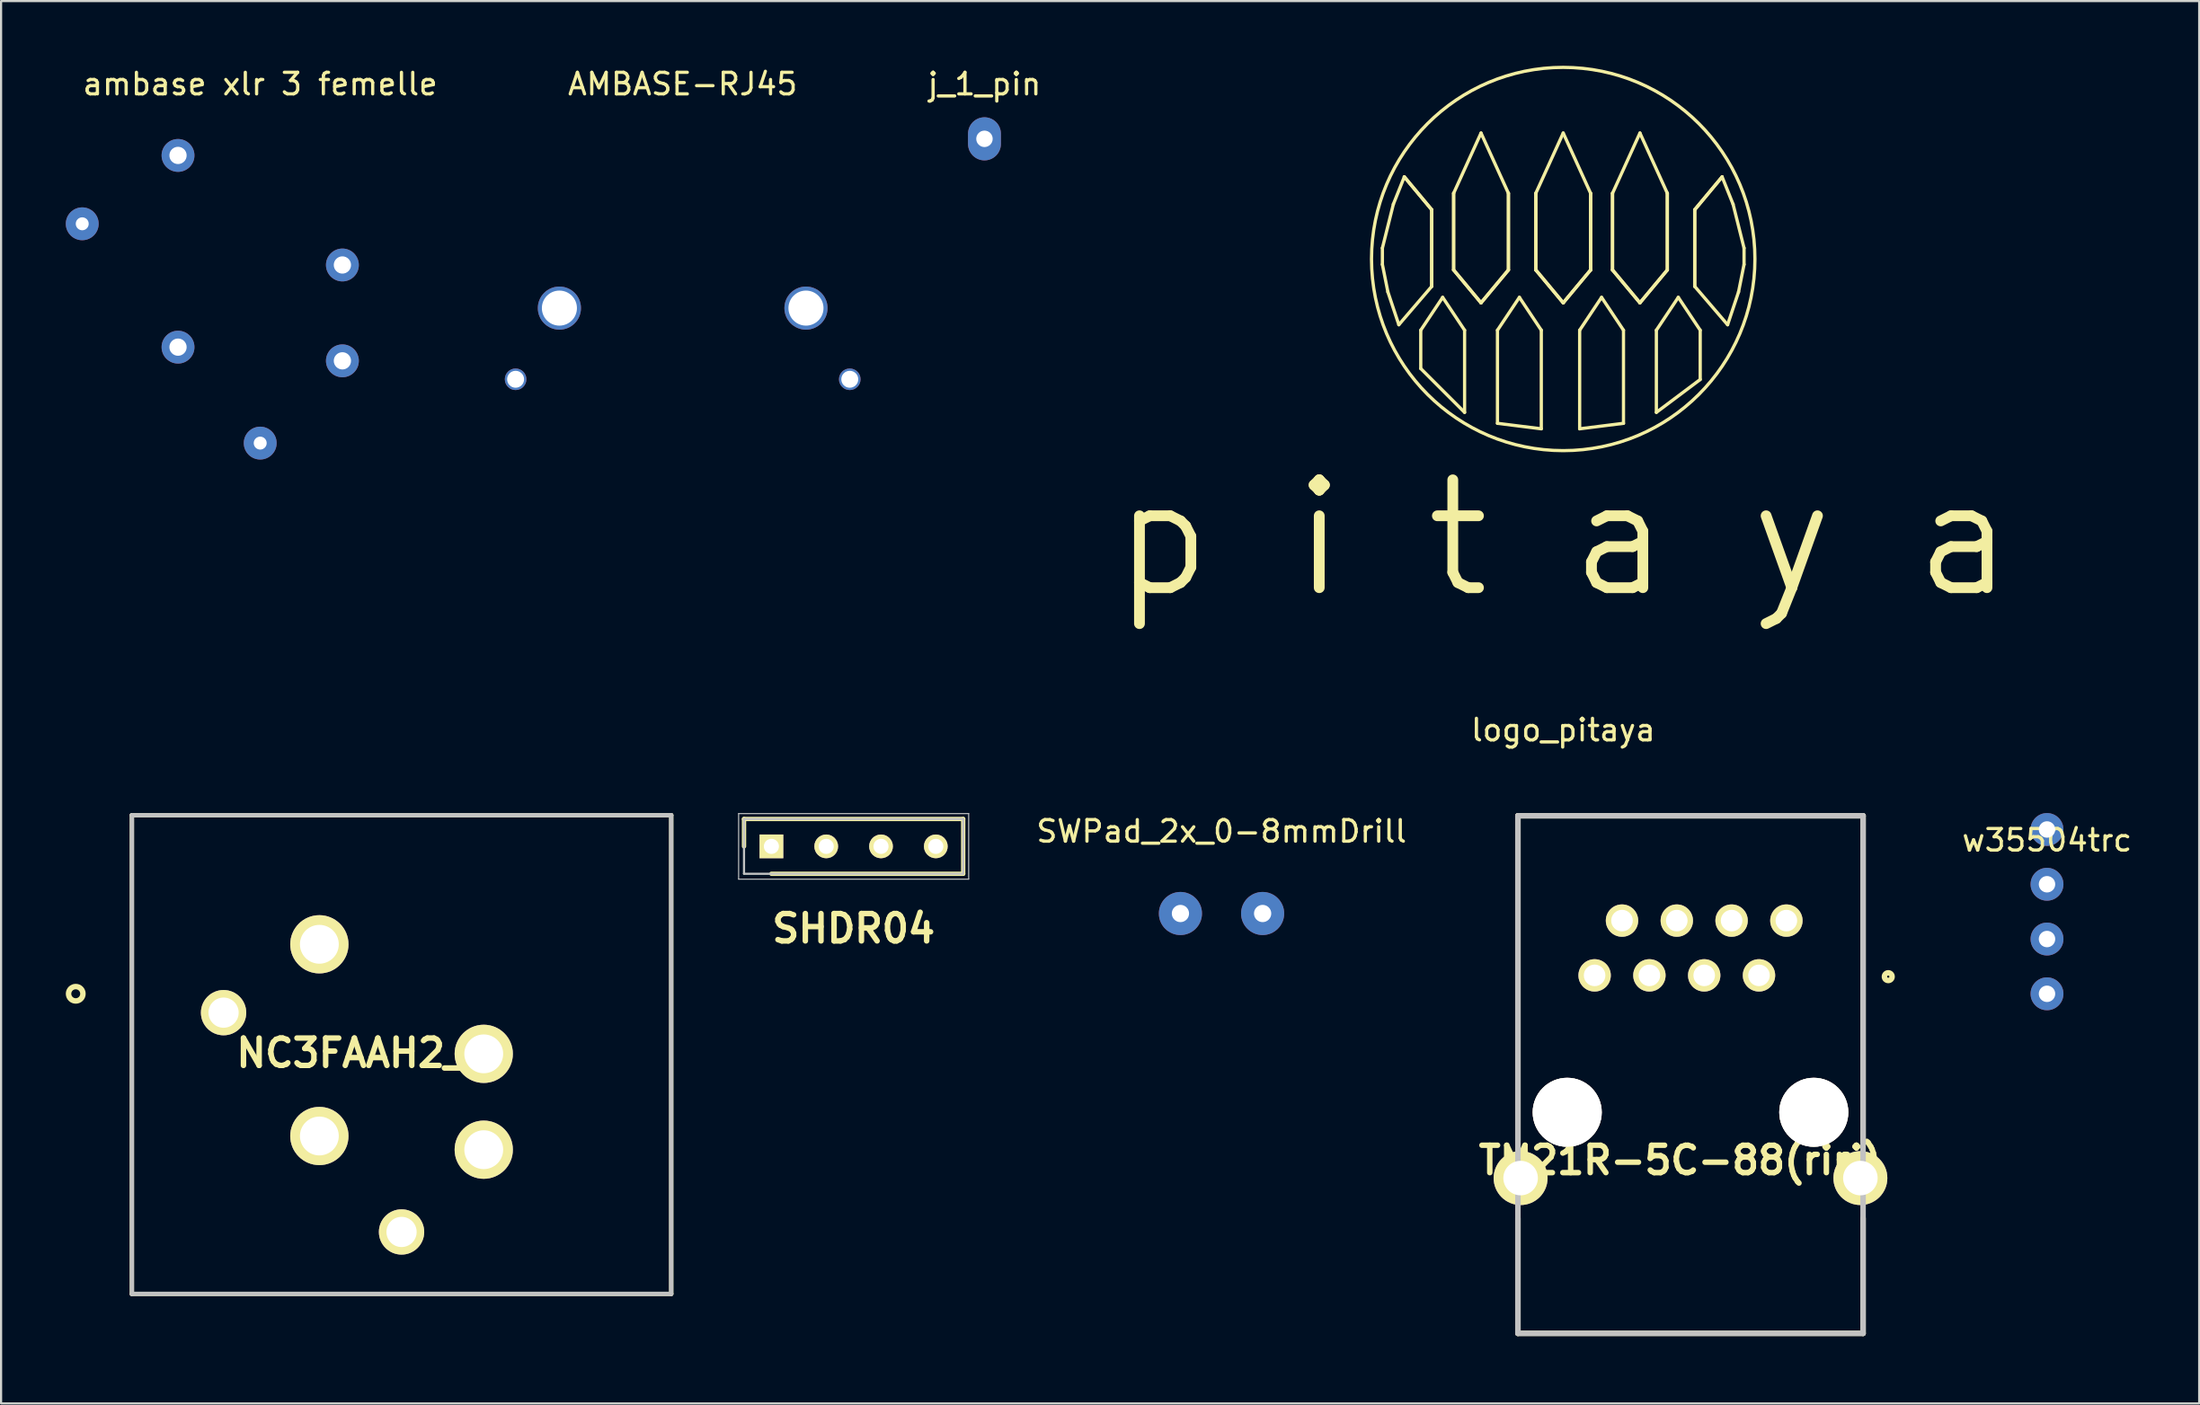
<source format=kicad_pcb>
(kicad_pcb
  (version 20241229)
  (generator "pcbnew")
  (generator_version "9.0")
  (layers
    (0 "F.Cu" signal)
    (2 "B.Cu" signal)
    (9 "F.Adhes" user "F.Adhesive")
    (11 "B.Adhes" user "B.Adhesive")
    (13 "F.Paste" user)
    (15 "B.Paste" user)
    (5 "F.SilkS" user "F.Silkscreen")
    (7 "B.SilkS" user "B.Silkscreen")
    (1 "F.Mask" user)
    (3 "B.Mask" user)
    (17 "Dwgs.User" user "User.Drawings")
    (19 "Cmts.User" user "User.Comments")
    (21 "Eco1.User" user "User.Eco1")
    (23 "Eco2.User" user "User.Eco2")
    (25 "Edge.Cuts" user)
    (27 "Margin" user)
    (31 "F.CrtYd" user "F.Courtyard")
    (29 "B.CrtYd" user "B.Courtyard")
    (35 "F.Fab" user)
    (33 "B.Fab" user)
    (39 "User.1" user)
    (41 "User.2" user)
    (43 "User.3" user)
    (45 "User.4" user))
  (footprint "j_1_pin"
    (layer "F.Cu")
    (at 42.585 3.388)
    (property "Reference" "j_1_pin" (at 0 -2.54 0) (layer "F.SilkS") (effects (font (size 1 1) (thickness 0.15))))
    (attr through_hole)
    (pad "1" thru_hole oval (at 0 0) (size 1.524 2) (drill 0.762) (layers "*.Cu" "*.Mask")))
  (footprint "ambase xlr 3 femelle"
    (layer "F.Cu")
    (at 9.012 0.348)
    (property "Reference" "ambase xlr 3 femelle" (at 0 0.5 0) (layer "F.SilkS") (effects (font (size 1 1) (thickness 0.15))))
    (attr through_hole)
    (pad "1" thru_hole circle (at -3.81 12.7) (size 1.524 1.524) (drill 0.8) (layers "*.Cu" "*.Mask"))
    (pad "2" thru_hole circle (at 3.81 13.335) (size 1.524 1.524) (drill 0.8) (layers "*.Cu" "*.Mask"))
    (pad "3" thru_hole circle (at 0 17.15) (size 1.524 1.524) (drill 0.6) (layers "*.Cu" "*.Mask"))
    (pad "G" thru_hole circle (at -8.25 6.98) (size 1.524 1.524) (drill 0.6) (layers "*.Cu" "*.Mask"))
    (pad "P1" thru_hole circle (at 3.81 8.89) (size 1.524 1.524) (drill 0.8) (layers "*.Cu" "*.Mask"))
    (pad "P2" thru_hole circle (at -3.81 3.81) (size 1.524 1.524) (drill 0.8) (layers "*.Cu" "*.Mask")))
  (footprint "SWPad_2x_0-8mmDrill"
    (layer "F.Cu")
    (at 53.574 39.312)
    (property "Reference" "SWPad_2x_0-8mmDrill" (at 0 -3.81 0) (layer "F.SilkS") (effects (font (size 1 1) (thickness 0.15))))
    (attr through_hole)
    (pad "1" thru_hole circle (at -1.905 0) (size 1.999 1.999) (drill 0.8) (layers "*.Cu" "*.Mask"))
    (pad "2" thru_hole circle (at 1.905 0) (size 1.999 1.999) (drill 0.8) (layers "*.Cu" "*.Mask")))
  (footprint "logo_pitaya"
    (layer "F.Cu")
    (at 69.413 7.945)
    (property "Reference" "logo_pitaya" (at 0 22.86 0) (layer "F.SilkS") (effects (font (size 1 1) (thickness 0.15))))
    (attr through_hole)
    (fp_line (start -8.382 0.508) (end -8.382 1.27) (stroke (width 0.15) (type solid)) (layer "F.SilkS"))
    (fp_line (start -8.382 1.27) (end -8.128 2.54) (stroke (width 0.15) (type solid)) (layer "F.SilkS"))
    (fp_line (start -8.128 2.54) (end -7.62 4.064) (stroke (width 0.15) (type solid)) (layer "F.SilkS"))
    (fp_line (start -7.874 -1.524) (end -8.382 0.508) (stroke (width 0.15) (type solid)) (layer "F.SilkS"))
    (fp_line (start -7.62 4.064) (end -6.096 2.286) (stroke (width 0.15) (type solid)) (layer "F.SilkS"))
    (fp_line (start -7.366 -2.794) (end -7.874 -1.524) (stroke (width 0.15) (type solid)) (layer "F.SilkS"))
    (fp_line (start -6.604 4.318) (end -6.604 6.096) (stroke (width 0.15) (type solid)) (layer "F.SilkS"))
    (fp_line (start -6.604 6.096) (end -4.572 8.128) (stroke (width 0.15) (type solid)) (layer "F.SilkS"))
    (fp_line (start -6.096 -1.27) (end -7.366 -2.794) (stroke (width 0.15) (type solid)) (layer "F.SilkS"))
    (fp_line (start -6.096 -1.27) (end -7.366 -2.794) (stroke (width 0.15) (type solid)) (layer "F.SilkS"))
    (fp_line (start -6.096 2.286) (end -6.096 -1.27) (stroke (width 0.15) (type solid)) (layer "F.SilkS"))
    (fp_line (start -6.096 2.286) (end -6.096 -1.27) (stroke (width 0.15) (type solid)) (layer "F.SilkS"))
    (fp_line (start -5.588 2.794) (end -6.604 4.318) (stroke (width 0.15) (type solid)) (layer "F.SilkS"))
    (fp_line (start -5.08 -2.032) (end -3.81 -4.826) (stroke (width 0.15) (type solid)) (layer "F.SilkS"))
    (fp_line (start -5.08 1.524) (end -5.08 -2.032) (stroke (width 0.15) (type solid)) (layer "F.SilkS"))
    (fp_line (start -5.08 1.524) (end -5.08 -2.032) (stroke (width 0.15) (type solid)) (layer "F.SilkS"))
    (fp_line (start -4.572 4.318) (end -5.588 2.794) (stroke (width 0.15) (type solid)) (layer "F.SilkS"))
    (fp_line (start -4.572 8.128) (end -4.572 4.318) (stroke (width 0.15) (type solid)) (layer "F.SilkS"))
    (fp_line (start -3.81 -4.826) (end -2.54 -2.032) (stroke (width 0.15) (type solid)) (layer "F.SilkS"))
    (fp_line (start -3.81 3.048) (end -5.08 1.524) (stroke (width 0.15) (type solid)) (layer "F.SilkS"))
    (fp_line (start -3.81 3.048) (end -5.08 1.524) (stroke (width 0.15) (type solid)) (layer "F.SilkS"))
    (fp_line (start -3.048 4.318) (end -3.048 8.636) (stroke (width 0.15) (type solid)) (layer "F.SilkS"))
    (fp_line (start -3.048 8.636) (end -1.016 8.89) (stroke (width 0.15) (type solid)) (layer "F.SilkS"))
    (fp_line (start -2.54 -2.032) (end -2.54 1.524) (stroke (width 0.15) (type solid)) (layer "F.SilkS"))
    (fp_line (start -2.54 -2.032) (end -2.54 1.524) (stroke (width 0.15) (type solid)) (layer "F.SilkS"))
    (fp_line (start -2.54 1.524) (end -3.81 3.048) (stroke (width 0.15) (type solid)) (layer "F.SilkS"))
    (fp_line (start -2.54 1.524) (end -3.81 3.048) (stroke (width 0.15) (type solid)) (layer "F.SilkS"))
    (fp_line (start -2.032 2.794) (end -3.048 4.318) (stroke (width 0.15) (type solid)) (layer "F.SilkS"))
    (fp_line (start -1.27 -2.032) (end 0 -4.826) (stroke (width 0.15) (type solid)) (layer "F.SilkS"))
    (fp_line (start -1.27 1.524) (end -1.27 -2.032) (stroke (width 0.15) (type solid)) (layer "F.SilkS"))
    (fp_line (start -1.27 1.524) (end -1.27 -2.032) (stroke (width 0.15) (type solid)) (layer "F.SilkS"))
    (fp_line (start -1.016 4.318) (end -2.032 2.794) (stroke (width 0.15) (type solid)) (layer "F.SilkS"))
    (fp_line (start -1.016 8.89) (end -1.016 4.318) (stroke (width 0.15) (type solid)) (layer "F.SilkS"))
    (fp_line (start 0 -4.826) (end 1.27 -2.032) (stroke (width 0.15) (type solid)) (layer "F.SilkS"))
    (fp_line (start 0 3.048) (end -1.27 1.524) (stroke (width 0.15) (type solid)) (layer "F.SilkS"))
    (fp_line (start 0 3.048) (end -1.27 1.524) (stroke (width 0.15) (type solid)) (layer "F.SilkS"))
    (fp_line (start 0.762 4.318) (end 1.778 2.794) (stroke (width 0.15) (type solid)) (layer "F.SilkS"))
    (fp_line (start 0.762 8.89) (end 0.762 4.318) (stroke (width 0.15) (type solid)) (layer "F.SilkS"))
    (fp_line (start 1.27 -2.032) (end 1.27 1.524) (stroke (width 0.15) (type solid)) (layer "F.SilkS"))
    (fp_line (start 1.27 -2.032) (end 1.27 1.524) (stroke (width 0.15) (type solid)) (layer "F.SilkS"))
    (fp_line (start 1.27 1.524) (end 0 3.048) (stroke (width 0.15) (type solid)) (layer "F.SilkS"))
    (fp_line (start 1.27 1.524) (end 0 3.048) (stroke (width 0.15) (type solid)) (layer "F.SilkS"))
    (fp_line (start 1.778 2.794) (end 2.794 4.318) (stroke (width 0.15) (type solid)) (layer "F.SilkS"))
    (fp_line (start 2.286 -2.032) (end 3.556 -4.826) (stroke (width 0.15) (type solid)) (layer "F.SilkS"))
    (fp_line (start 2.286 1.524) (end 2.286 -2.032) (stroke (width 0.15) (type solid)) (layer "F.SilkS"))
    (fp_line (start 2.286 1.524) (end 2.286 -2.032) (stroke (width 0.15) (type solid)) (layer "F.SilkS"))
    (fp_line (start 2.794 4.318) (end 2.794 8.636) (stroke (width 0.15) (type solid)) (layer "F.SilkS"))
    (fp_line (start 2.794 8.636) (end 0.762 8.89) (stroke (width 0.15) (type solid)) (layer "F.SilkS"))
    (fp_line (start 3.556 -4.826) (end 4.826 -2.032) (stroke (width 0.15) (type solid)) (layer "F.SilkS"))
    (fp_line (start 3.556 3.048) (end 2.286 1.524) (stroke (width 0.15) (type solid)) (layer "F.SilkS"))
    (fp_line (start 3.556 3.048) (end 2.286 1.524) (stroke (width 0.15) (type solid)) (layer "F.SilkS"))
    (fp_line (start 4.318 4.318) (end 4.318 8.128) (stroke (width 0.15) (type solid)) (layer "F.SilkS"))
    (fp_line (start 4.318 4.318) (end 5.334 2.794) (stroke (width 0.15) (type solid)) (layer "F.SilkS"))
    (fp_line (start 4.318 8.128) (end 6.35 6.604) (stroke (width 0.15) (type solid)) (layer "F.SilkS"))
    (fp_line (start 4.826 -2.032) (end 4.826 1.524) (stroke (width 0.15) (type solid)) (layer "F.SilkS"))
    (fp_line (start 4.826 -2.032) (end 4.826 1.524) (stroke (width 0.15) (type solid)) (layer "F.SilkS"))
    (fp_line (start 4.826 1.524) (end 3.556 3.048) (stroke (width 0.15) (type solid)) (layer "F.SilkS"))
    (fp_line (start 4.826 1.524) (end 3.556 3.048) (stroke (width 0.15) (type solid)) (layer "F.SilkS"))
    (fp_line (start 5.334 2.794) (end 6.35 4.318) (stroke (width 0.15) (type solid)) (layer "F.SilkS"))
    (fp_line (start 6.096 -1.27) (end 7.366 -2.794) (stroke (width 0.15) (type solid)) (layer "F.SilkS"))
    (fp_line (start 6.096 -1.27) (end 7.366 -2.794) (stroke (width 0.15) (type solid)) (layer "F.SilkS"))
    (fp_line (start 6.096 2.286) (end 6.096 -1.27) (stroke (width 0.15) (type solid)) (layer "F.SilkS"))
    (fp_line (start 6.096 2.286) (end 6.096 -1.27) (stroke (width 0.15) (type solid)) (layer "F.SilkS"))
    (fp_line (start 6.35 6.604) (end 6.35 4.318) (stroke (width 0.15) (type solid)) (layer "F.SilkS"))
    (fp_line (start 7.366 -2.794) (end 7.874 -1.524) (stroke (width 0.15) (type solid)) (layer "F.SilkS"))
    (fp_line (start 7.62 4.064) (end 6.096 2.286) (stroke (width 0.15) (type solid)) (layer "F.SilkS"))
    (fp_line (start 7.874 -1.524) (end 8.382 0.508) (stroke (width 0.15) (type solid)) (layer "F.SilkS"))
    (fp_line (start 8.128 2.54) (end 7.62 4.064) (stroke (width 0.15) (type solid)) (layer "F.SilkS"))
    (fp_line (start 8.382 0.508) (end 8.382 1.27) (stroke (width 0.15) (type solid)) (layer "F.SilkS"))
    (fp_line (start 8.382 1.27) (end 8.128 2.54) (stroke (width 0.15) (type solid)) (layer "F.SilkS"))
    (fp_circle (center 0 1.016) (end 4.572 8.636) (stroke (width 0.15) (type solid)) (fill no) (layer "F.SilkS"))
    (fp_text user "p i t a y a" (at 0 13.97 0) (layer "F.SilkS") (effects (font (size 5 5) (thickness 0.5)))))
  (footprint "w35504trc"
    (layer "F.Cu")
    (at 91.839 35.416)
    (property "Reference" "w35504trc" (at 0 0.5 0) (layer "F.SilkS") (effects (font (size 1 1) (thickness 0.15))))
    (attr through_hole)
    (pad "1" thru_hole circle (at 0 0) (size 1.524 1.524) (drill 0.762) (layers "*.Cu" "*.Mask"))
    (pad "2" thru_hole circle (at 0 2.54) (size 1.524 1.524) (drill 0.762) (layers "*.Cu" "*.Mask"))
    (pad "3" thru_hole circle (at 0 5.08) (size 1.524 1.524) (drill 0.762) (layers "*.Cu" "*.Mask"))
    (pad "4" thru_hole circle (at 0 7.62) (size 1.524 1.524) (drill 0.762) (layers "*.Cu" "*.Mask")))
  (footprint "SHDR04"
    (layer "F.Cu")
    (at 32.709 36.199)
    (property "Reference" "SHDR04" (at 3.81 3.81 0) (layer "F.SilkS") (effects (font (size 1.27 1.27) (thickness 0.254))))
    (attr through_hole)
    (fp_line (start -1.27 -1.27) (end -1.27 0) (stroke (width 0.2) (type solid)) (layer "F.SilkS"))
    (fp_line (start 0 1.27) (end 8.89 1.27) (stroke (width 0.2) (type solid)) (layer "F.SilkS"))
    (fp_line (start 8.89 -1.27) (end -1.27 -1.27) (stroke (width 0.2) (type solid)) (layer "F.SilkS"))
    (fp_line (start 8.89 1.27) (end 8.89 -1.27) (stroke (width 0.2) (type solid)) (layer "F.SilkS"))
    (fp_line (start -1.52 -1.52) (end 9.144 -1.52) (stroke (width 0.05) (type solid)) (layer "Dwgs.User"))
    (fp_line (start -1.52 1.52) (end -1.52 -1.52) (stroke (width 0.05) (type solid)) (layer "Dwgs.User"))
    (fp_line (start -1.27 -1.27) (end 8.89 -1.27) (stroke (width 0.1) (type solid)) (layer "Dwgs.User"))
    (fp_line (start -1.27 1.27) (end -1.27 -1.27) (stroke (width 0.1) (type solid)) (layer "Dwgs.User"))
    (fp_line (start 8.89 -1.27) (end 8.89 1.27) (stroke (width 0.1) (type solid)) (layer "Dwgs.User"))
    (fp_line (start 8.89 1.27) (end -1.27 1.27) (stroke (width 0.1) (type solid)) (layer "Dwgs.User"))
    (fp_line (start 9.144 -1.52) (end 9.144 1.52) (stroke (width 0.05) (type solid)) (layer "Dwgs.User"))
    (fp_line (start 9.144 1.52) (end -1.52 1.52) (stroke (width 0.05) (type solid)) (layer "Dwgs.User"))
    (pad "1" thru_hole rect (at 0 0 90) (size 1.1 1.1) (drill 0.7) (layers "*.Cu" "*.Mask" "F.SilkS"))
    (pad "2" thru_hole circle (at 2.54 0 90) (size 1.1 1.1) (drill 0.7) (layers "*.Cu" "*.Mask" "F.SilkS"))
    (pad "3" thru_hole circle (at 5.08 0 90) (size 1.1 1.1) (drill 0.7) (layers "*.Cu" "*.Mask" "F.SilkS"))
    (pad "4" thru_hole circle (at 7.62 0 90) (size 1.1 1.1) (drill 0.7) (layers "*.Cu" "*.Mask" "F.SilkS")))
  (footprint "TM21R-5C-88(riri)"
    (layer "F.Cu")
    (at 75.313 58.781)
    (property "Reference" "TM21R-5C-88(riri)" (at -0.475 -8.027 0) (layer "F.SilkS") (effects (font (size 1.27 1.27) (thickness 0.254))))
    (attr through_hole)
    (fp_line (start -8 -24) (end -8 -8.931) (stroke (width 0.254) (type solid)) (layer "F.SilkS"))
    (fp_line (start -8 -24) (end 8 -24) (stroke (width 0.254) (type solid)) (layer "F.SilkS"))
    (fp_line (start -8 0) (end -8 -5.336) (stroke (width 0.254) (type solid)) (layer "F.SilkS"))
    (fp_line (start -8 0) (end 8 0) (stroke (width 0.254) (type solid)) (layer "F.SilkS"))
    (fp_line (start 8 -24) (end 8 -8.931) (stroke (width 0.254) (type solid)) (layer "F.SilkS"))
    (fp_line (start 8 0) (end 8 -5.336) (stroke (width 0.254) (type solid)) (layer "F.SilkS"))
    (fp_circle (center 9.167 -16.54) (end 8.989 -16.54) (stroke (width 0.254) (type solid)) (fill no) (layer "F.SilkS"))
    (fp_line (start -8 -24) (end 8 -24) (stroke (width 0.254) (type solid)) (layer "Dwgs.User"))
    (fp_line (start -8 0) (end -8 -24) (stroke (width 0.254) (type solid)) (layer "Dwgs.User"))
    (fp_line (start 8 -24) (end 8 0) (stroke (width 0.254) (type solid)) (layer "Dwgs.User"))
    (fp_line (start 8 0) (end -8 0) (stroke (width 0.254) (type solid)) (layer "Dwgs.User"))
    (pad "1" thru_hole circle (at 3.175 -16.6 90) (size 1.5 1.5) (drill 1) (layers "*.Cu" "*.Mask" "F.SilkS"))
    (pad "2" thru_hole circle (at 4.445 -19.14 90) (size 1.5 1.5) (drill 1) (layers "*.Cu" "*.Mask" "F.SilkS"))
    (pad "3" thru_hole circle (at 1.905 -19.14 90) (size 1.5 1.5) (drill 1) (layers "*.Cu" "*.Mask" "F.SilkS"))
    (pad "4" thru_hole circle (at 0.635 -16.6 90) (size 1.5 1.5) (drill 1) (layers "*.Cu" "*.Mask" "F.SilkS"))
    (pad "5" thru_hole circle (at -0.635 -19.14 90) (size 1.5 1.5) (drill 1) (layers "*.Cu" "*.Mask" "F.SilkS"))
    (pad "6" thru_hole circle (at -1.905 -16.6 90) (size 1.5 1.5) (drill 1) (layers "*.Cu" "*.Mask" "F.SilkS"))
    (pad "7" thru_hole circle (at -4.445 -16.6 90) (size 1.5 1.5) (drill 1) (layers "*.Cu" "*.Mask" "F.SilkS"))
    (pad "8" thru_hole circle (at -3.175 -19.14 90) (size 1.5 1.5) (drill 1) (layers "*.Cu" "*.Mask" "F.SilkS"))
    (pad "9" thru_hole circle (at -5.715 -10.25 90) (size 3.2 3.2) (drill 3.2) (layers "*.Cu" "*.Mask" "F.SilkS"))
    (pad "10" thru_hole circle (at 5.715 -10.25 90) (size 3.2 3.2) (drill 3.2) (layers "*.Cu" "*.Mask" "F.SilkS"))
    (pad "11" thru_hole circle (at -7.875 -7.2 90) (size 2.5 2.5) (drill 1.6) (layers "*.Cu" "*.Mask" "F.SilkS"))
    (pad "12" thru_hole circle (at 7.875 -7.2 90) (size 2.5 2.5) (drill 1.6) (layers "*.Cu" "*.Mask" "F.SilkS")))
  (footprint "NC3FAAH2_2"
    (layer "F.Cu")
    (at 23.564 46.08)
    (property "Reference" "NC3FAAH2_2" (at -9.734 -0.298 0) (layer "F.SilkS") (effects (font (size 1.27 1.27) (thickness 0.254))))
    (attr through_hole)
    (fp_line (start -20.5 -11.326) (end 4.5 -11.326) (stroke (width 0.2) (type solid)) (layer "F.SilkS"))
    (fp_line (start -20.5 10.874) (end -20.5 -11.326) (stroke (width 0.2) (type solid)) (layer "F.SilkS"))
    (fp_line (start 4.5 -11.326) (end 4.5 10.874) (stroke (width 0.2) (type solid)) (layer "F.SilkS"))
    (fp_line (start 4.5 10.874) (end -20.5 10.874) (stroke (width 0.2) (type solid)) (layer "F.SilkS"))
    (fp_circle (center -23.103 -3.046) (end -23.437 -3.046) (stroke (width 0.254) (type solid)) (fill no) (layer "F.SilkS"))
    (fp_line (start -20.5 -11.326) (end 4.5 -11.326) (stroke (width 0.2) (type solid)) (layer "Dwgs.User"))
    (fp_line (start -20.5 10.874) (end -20.5 -11.326) (stroke (width 0.2) (type solid)) (layer "Dwgs.User"))
    (fp_line (start 4.5 -11.326) (end 4.5 10.874) (stroke (width 0.2) (type solid)) (layer "Dwgs.User"))
    (fp_line (start 4.5 10.874) (end -20.5 10.874) (stroke (width 0.2) (type solid)) (layer "Dwgs.User"))
    (pad "1" thru_hole circle (at -11.81 3.55 90) (size 2.7 2.7) (drill 1.8) (layers "*.Cu" "*.Mask" "F.SilkS"))
    (pad "2" thru_hole circle (at -4.19 4.185 90) (size 2.7 2.7) (drill 1.8) (layers "*.Cu" "*.Mask" "F.SilkS"))
    (pad "3" thru_hole circle (at -8 8 90) (size 2.1 2.1) (drill 1.4) (layers "*.Cu" "*.Mask" "F.SilkS"))
    (pad "G" thru_hole circle (at -16.25 -2.17 90) (size 2.1 2.1) (drill 1.4) (layers "*.Cu" "*.Mask" "F.SilkS"))
    (pad "pl" thru_hole circle (at -11.81 -5.34 90) (size 2.7 2.7) (drill 1.8) (layers "*.Cu" "*.Mask" "F.SilkS"))
    (pad "pl" thru_hole circle (at -4.19 -0.26 90) (size 2.7 2.7) (drill 1.8) (layers "*.Cu" "*.Mask" "F.SilkS")))
  (footprint "AMBASE-RJ45"
    (layer "F.Cu")
    (at 28.596 0.348)
    (property "Reference" "AMBASE-RJ45" (at 0 0.5 0) (layer "F.SilkS") (effects (font (size 1 1) (thickness 0.15))))
    (attr through_hole)
    (pad "G" thru_hole circle (at -7.745 14.19) (size 1 1) (drill 0.785) (layers "*.Cu" "*.Mask"))
    (pad "G" thru_hole circle (at 7.745 14.19) (size 1 1) (drill 0.785) (layers "*.Cu" "*.Mask"))
    (pad "P" thru_hole circle (at -5.715 10.89) (size 2 2) (drill 1.625) (layers "*.Cu" "*.Mask"))
    (pad "P" thru_hole circle (at 5.715 10.89) (size 2 2) (drill 1.625) (layers "*.Cu" "*.Mask")))
  (gr_rect
    (start -3 -3)
    (end 98.893 62.031)
    (stroke (width 0.1) (type default))
    (fill no)
    (layer "Edge.Cuts")))
</source>
